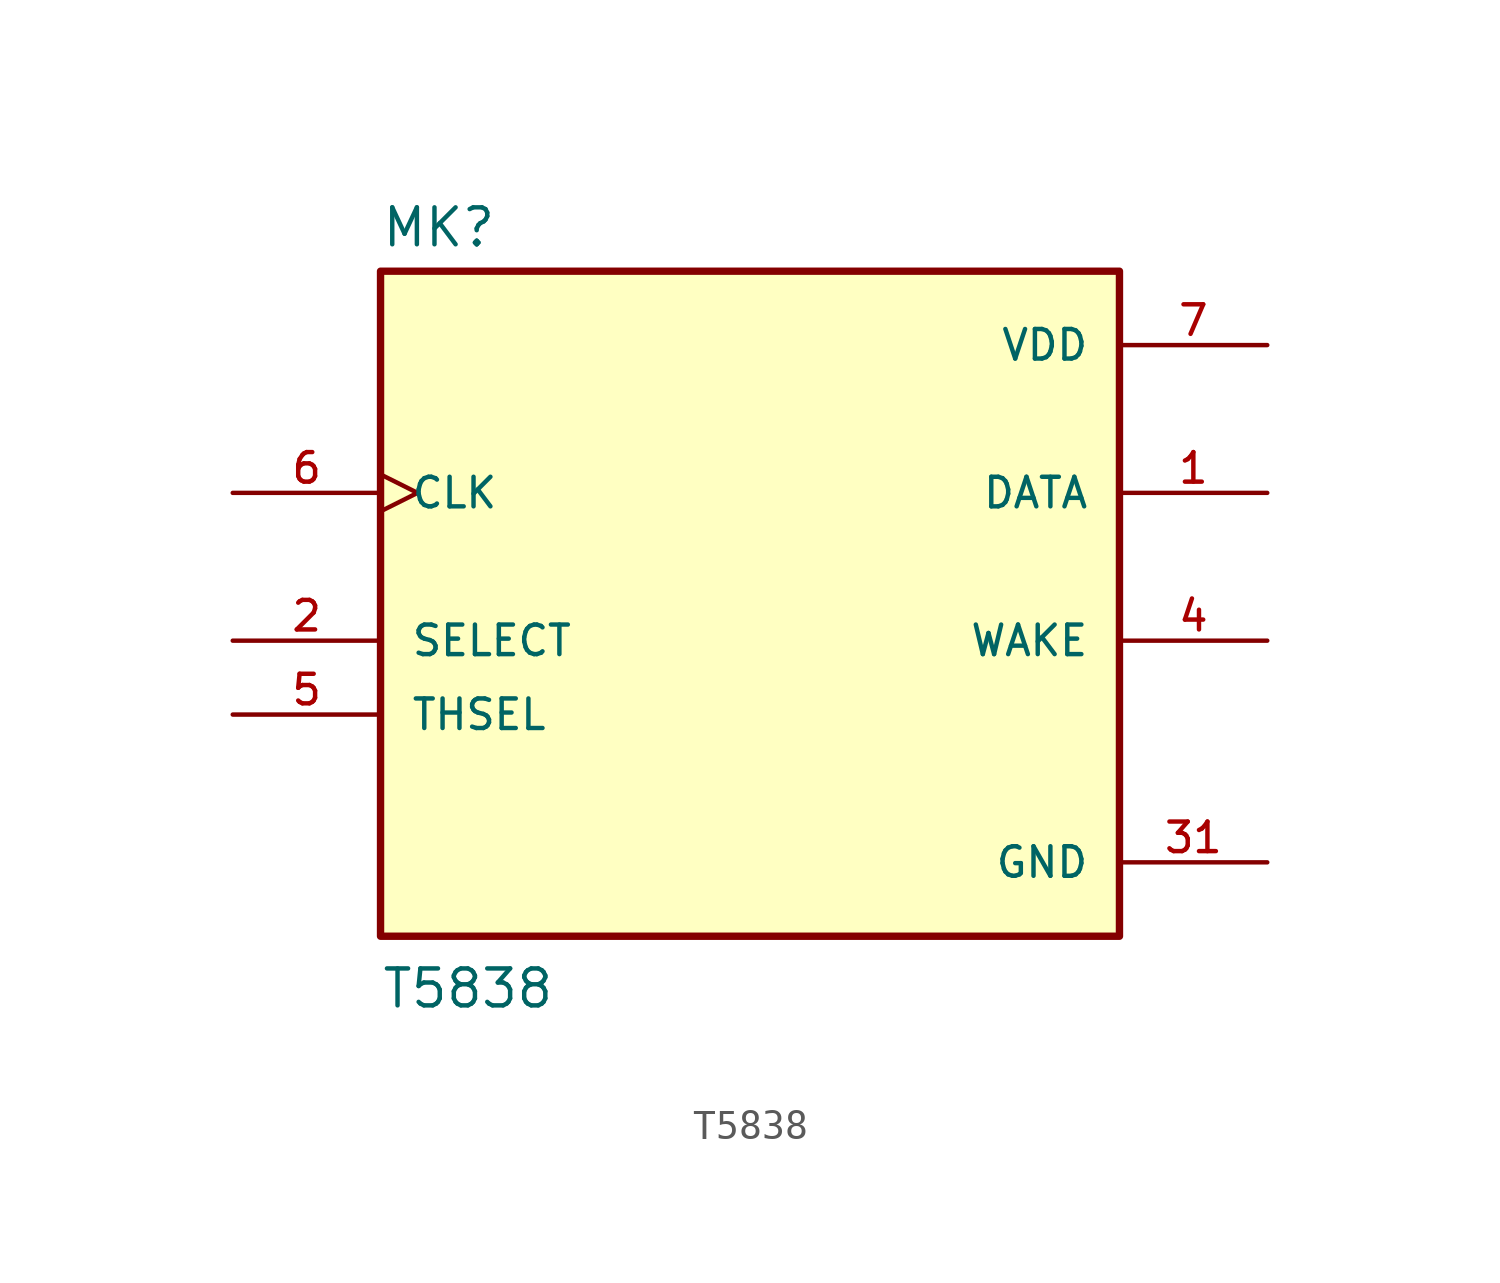
<source format=kicad_sym>
(kicad_symbol_lib
  (version 20211014)
  (generator kicad_symbol_editor)
  (symbol "T5838"
    (pin_names
      (offset 1.016))
    (property "Reference" "MK"
      (at -12.7 10.922 0)
      (effects (font (size 1.27 1.27)) (justify bottom left)))
    (property "Value" "T5838"
      (at -12.7 -15.24 0)
      (effects (font (size 1.27 1.27)) (justify bottom left)))
    (symbol "T5838_0_0"
      (rectangle (start -12.7 -12.7) (end 12.7 10.16) (stroke (width 0.254)) (fill (type background)))
      (pin output line (at 17.78 2.54 180.0) (length 5.08) (name "DATA" (effects (font (size 1.016 1.016)))) (number "1" (effects (font (size 1.016 1.016)))))
      (pin input line (at -17.78 -2.54 0) (length 5.08) (name "SELECT" (effects (font (size 1.016 1.016)))) (number "2" (effects (font (size 1.016 1.016)))))
      (pin power_in line (at 17.78 -10.16 180.0) (length 5.08) (name "GND" (effects (font (size 1.016 1.016)))) (number "31" (effects (font (size 1.016 1.016)))))
      (pin power_in line (at 17.78 -10.16 180.0) (length 5.08) hide (name "GND" (effects (font (size 1.016 1.016)))) (number "32" (effects (font (size 1.016 1.016)))))
      (pin output line (at 17.78 -2.54 180.0) (length 5.08) (name "WAKE" (effects (font (size 1.016 1.016)))) (number "4" (effects (font (size 1.016 1.016)))))
      (pin input line (at -17.78 -5.08 0) (length 5.08) (name "THSEL" (effects (font (size 1.016 1.016)))) (number "5" (effects (font (size 1.016 1.016)))))
      (pin input clock (at -17.78 2.54 0) (length 5.08) (name "CLK" (effects (font (size 1.016 1.016)))) (number "6" (effects (font (size 1.016 1.016)))))
      (pin power_in line (at 17.78 7.62 180.0) (length 5.08) (name "VDD" (effects (font (size 1.016 1.016)))) (number "7" (effects (font (size 1.016 1.016))))))))
</source>
